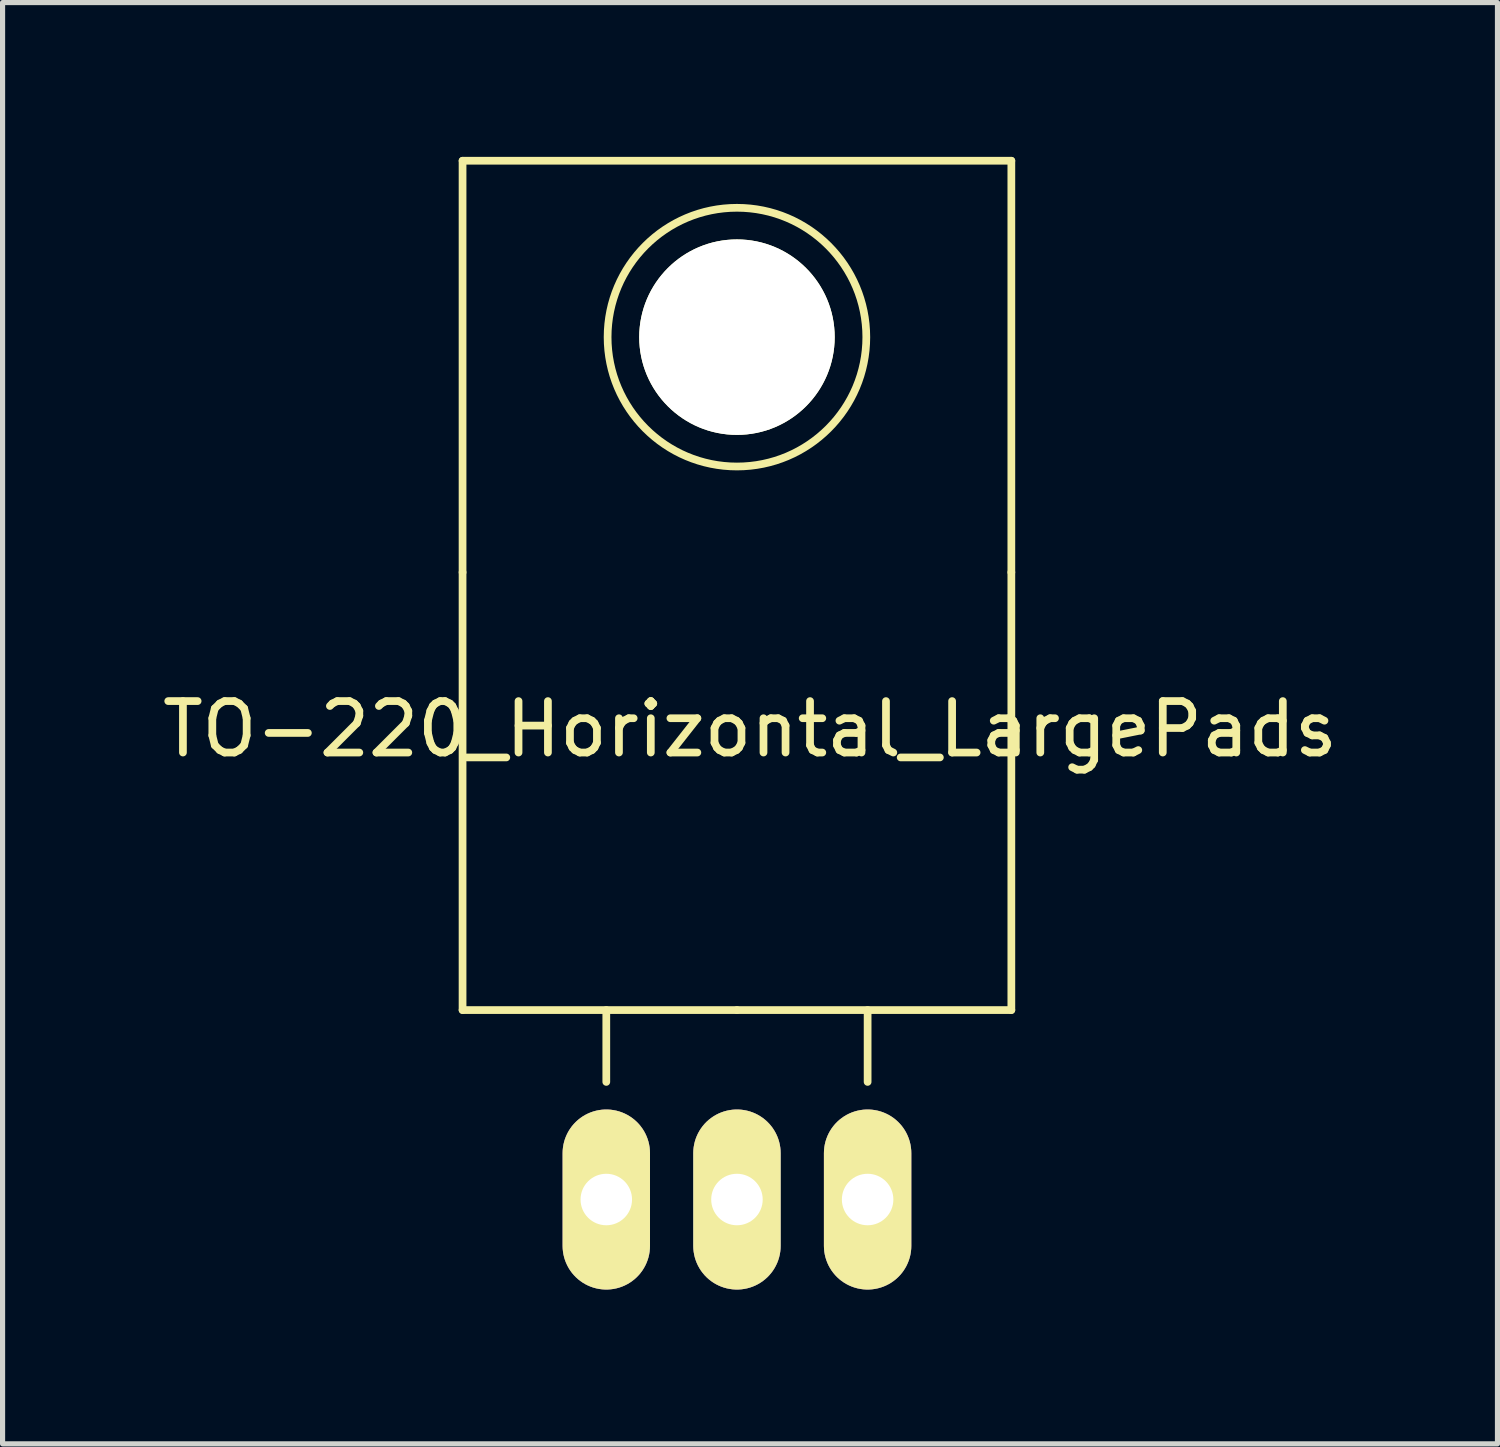
<source format=kicad_pcb>
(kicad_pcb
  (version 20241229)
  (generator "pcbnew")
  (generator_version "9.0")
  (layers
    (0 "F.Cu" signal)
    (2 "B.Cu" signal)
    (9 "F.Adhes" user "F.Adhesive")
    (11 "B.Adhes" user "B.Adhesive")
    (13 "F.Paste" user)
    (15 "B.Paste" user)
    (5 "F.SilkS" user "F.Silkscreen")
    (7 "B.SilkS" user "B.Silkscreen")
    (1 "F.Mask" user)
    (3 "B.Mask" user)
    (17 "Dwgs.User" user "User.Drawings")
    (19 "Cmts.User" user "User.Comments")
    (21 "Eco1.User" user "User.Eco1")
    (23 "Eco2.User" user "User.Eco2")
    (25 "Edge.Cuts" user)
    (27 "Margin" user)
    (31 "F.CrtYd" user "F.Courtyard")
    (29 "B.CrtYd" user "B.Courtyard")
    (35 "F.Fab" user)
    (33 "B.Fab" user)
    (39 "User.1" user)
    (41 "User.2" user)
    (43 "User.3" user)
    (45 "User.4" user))
  (footprint "TO-220_Horizontal_LargePads"
    (layer "F.Cu")
    (at 11.276 20.268)
    (property "Reference" "TO-220_Horizontal_LargePads" (at 0.254 -9.144 0) (layer "F.SilkS") (effects (font (size 1 1) (thickness 0.15))))
    (attr through_hole)
    (fp_line (start -5.334 -20.193) (end -5.334 -12.192) (stroke (width 0.15) (type solid)) (layer "F.SilkS"))
    (fp_line (start -5.334 -12.192) (end -5.334 -3.683) (stroke (width 0.15) (type solid)) (layer "F.SilkS"))
    (fp_line (start -2.54 -3.683) (end -2.54 -2.286) (stroke (width 0.15) (type solid)) (layer "F.SilkS"))
    (fp_line (start 0 -3.683) (end -5.334 -3.683) (stroke (width 0.15) (type solid)) (layer "F.SilkS"))
    (fp_line (start 0 -3.683) (end 5.334 -3.683) (stroke (width 0.15) (type solid)) (layer "F.SilkS"))
    (fp_line (start 2.54 -3.683) (end 2.54 -2.286) (stroke (width 0.15) (type solid)) (layer "F.SilkS"))
    (fp_line (start 5.334 -20.193) (end -5.334 -20.193) (stroke (width 0.15) (type solid)) (layer "F.SilkS"))
    (fp_line (start 5.334 -12.192) (end 5.334 -20.193) (stroke (width 0.15) (type solid)) (layer "F.SilkS"))
    (fp_line (start 5.334 -3.683) (end 5.334 -12.192) (stroke (width 0.15) (type solid)) (layer "F.SilkS"))
    (fp_circle (center 0 -16.764) (end 1.778 -14.986) (stroke (width 0.15) (type solid)) (fill no) (layer "F.SilkS"))
    (pad "" np_thru_hole circle (at 0 -16.764 90) (size 3.8 3.8) (drill 3.8) (layers "*.Cu" "*.Mask" "F.SilkS"))
    (pad "GND" thru_hole oval (at 0 0 90) (size 3.5 1.699) (drill 1.001) (layers "*.Cu" "*.Mask" "F.SilkS"))
    (pad "VI" thru_hole oval (at -2.54 0 90) (size 3.5 1.699) (drill 1.001) (layers "*.Cu" "*.Mask" "F.SilkS"))
    (pad "Vout" thru_hole oval (at 2.54 0 90) (size 3.5 1.699) (drill 1.001) (layers "*.Cu" "*.Mask" "F.SilkS")))
  (gr_rect
    (start -3 -3)
    (end 26.06 25.018)
    (stroke (width 0.1) (type default))
    (fill no)
    (layer "Edge.Cuts")))
</source>
